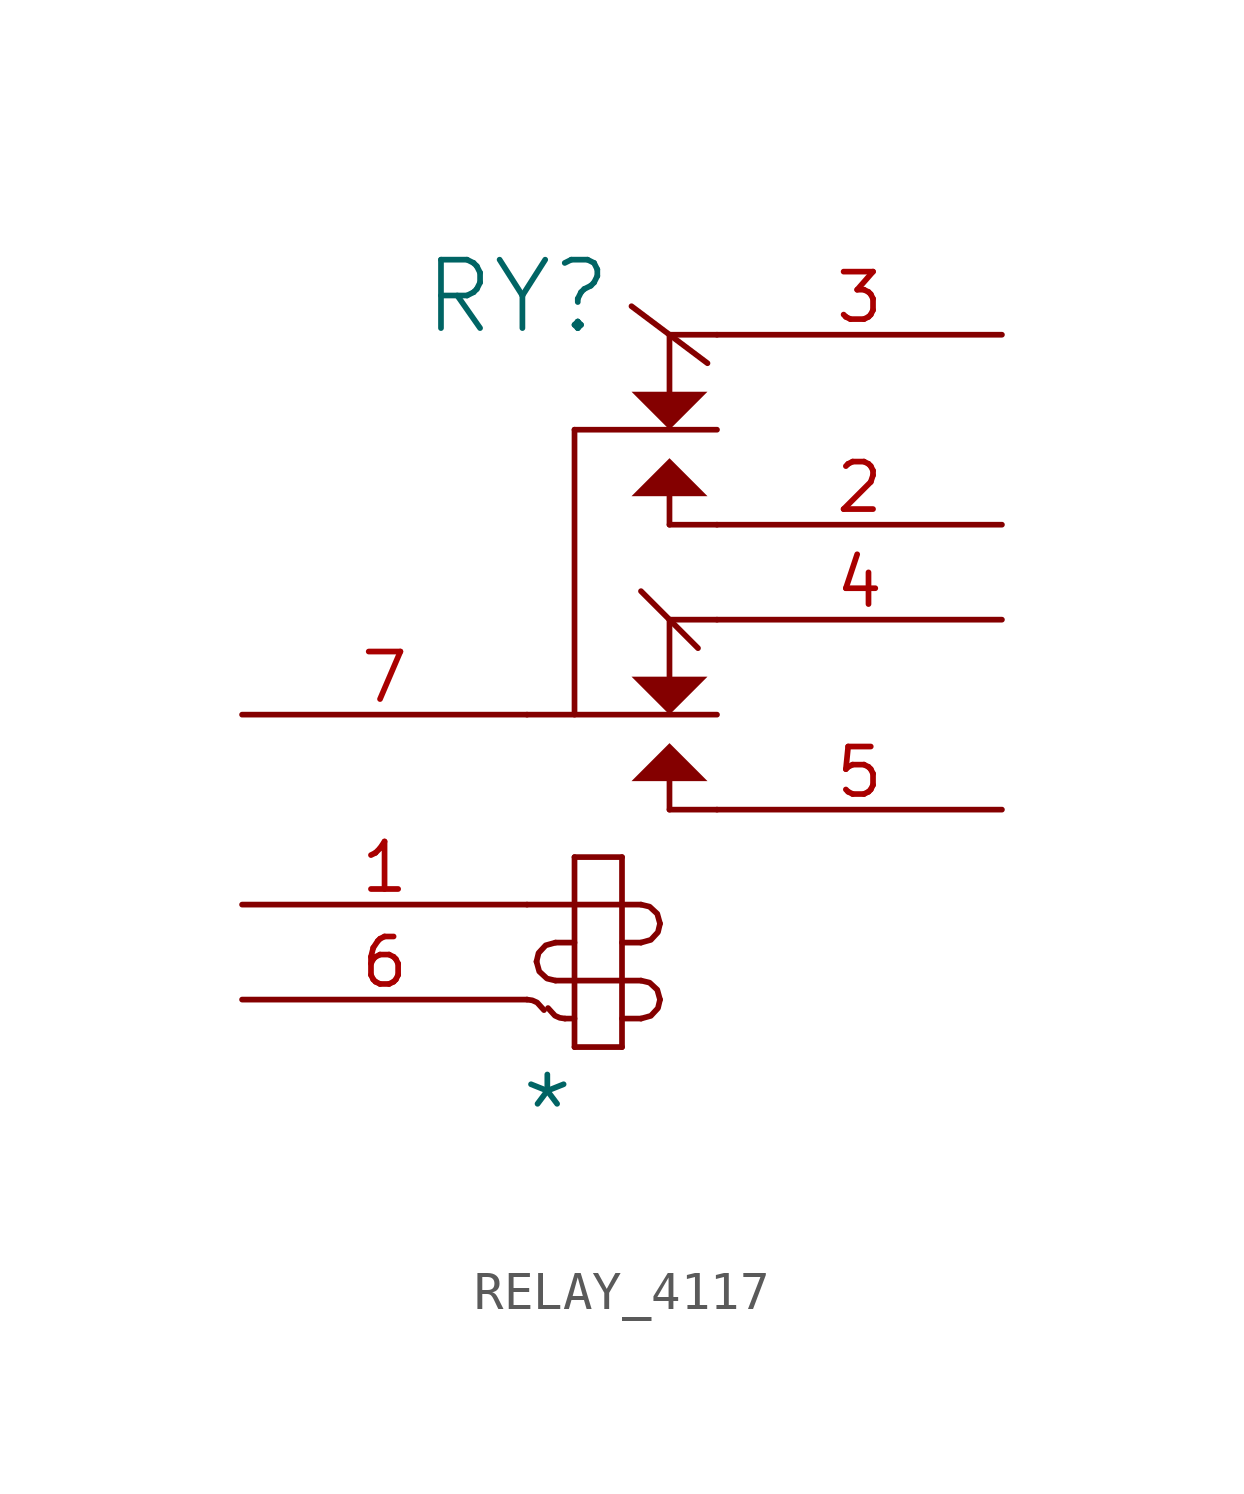
<source format=kicad_sym>
(kicad_symbol_lib
  (version 20241209)
  (generator "kicad_symbol_editor")
  (generator_version "9.0")
  (symbol "RELAY_4117"
    (pin_names
      (hide yes))
    (property "Reference" "RY"
      (at -0.254 -1.524 0)
      (effects (font (size 1.829 1.829))))
    (property "Value" "*"
      (at -0.254 -24.384 0)
      (effects (font (size 1.829 1.829)) (justify left bottom)))
    (symbol "RELAY_4117_1_0"
      (polyline (pts (xy 0 -12.7) (xy 5.08 -12.7)) (stroke (width 0) (type solid)) (fill (type none)))
      (polyline (pts (xy 0 -17.78) (xy 3.048 -17.78)) (stroke (width 0) (type solid)) (fill (type none)))
      (bezier (pts (xy 0.254 -19.304) (xy 0.254 -19.584) (xy 0.481 -19.812) (xy 0.762 -19.812)) (stroke (width 0) (type solid)) (fill (type none)))
      (bezier (pts (xy 0.454 -20.601) (xy 0.368 -20.429) (xy 0.192 -20.32) (xy 0 -20.32)) (stroke (width 0) (type solid)) (fill (type none)))
      (bezier (pts (xy 0.562 -20.547) (xy 0.648 -20.719) (xy 0.824 -20.828) (xy 1.016 -20.828)) (stroke (width 0) (type solid)) (fill (type none)))
      (bezier (pts (xy 0.762 -18.796) (xy 0.481 -18.796) (xy 0.254 -19.023) (xy 0.254 -19.304)) (stroke (width 0) (type solid)) (fill (type none)))
      (polyline (pts (xy 0.762 -19.812) (xy 3.048 -19.812)) (stroke (width 0) (type solid)) (fill (type none)))
      (polyline (pts (xy 1.016 -20.828) (xy 1.27 -20.828)) (stroke (width 0) (type solid)) (fill (type none)))
      (polyline (pts (xy 1.27 -5.08) (xy 1.27 -12.7)) (stroke (width 0) (type solid)) (fill (type none)))
      (polyline (pts (xy 1.27 -5.08) (xy 5.08 -5.08)) (stroke (width 0) (type solid)) (fill (type none)))
      (polyline (pts (xy 1.27 -16.51) (xy 1.27 -21.59)) (stroke (width 0) (type solid)) (fill (type none)))
      (polyline (pts (xy 1.27 -18.796) (xy 0.762 -18.796)) (stroke (width 0) (type solid)) (fill (type none)))
      (polyline (pts (xy 1.27 -21.59) (xy 2.54 -21.59)) (stroke (width 0) (type solid)) (fill (type none)))
      (polyline (pts (xy 2.54 -16.51) (xy 1.27 -16.51)) (stroke (width 0) (type solid)) (fill (type none)))
      (polyline (pts (xy 2.54 -21.59) (xy 2.54 -16.51)) (stroke (width 0) (type solid)) (fill (type none)))
      (polyline (pts (xy 2.794 -1.778) (xy 4.826 -3.302)) (stroke (width 0) (type solid)) (fill (type none)))
      (polyline (pts (xy 3.048 -9.398) (xy 4.572 -10.922)) (stroke (width 0) (type solid)) (fill (type none)))
      (polyline (pts (xy 3.048 -18.796) (xy 2.54 -18.796)) (stroke (width 0) (type solid)) (fill (type none)))
      (bezier (pts (xy 3.048 -18.796) (xy 3.329 -18.796) (xy 3.556 -18.569) (xy 3.556 -18.288)) (stroke (width 0) (type solid)) (fill (type none)))
      (polyline (pts (xy 3.048 -20.828) (xy 2.54 -20.828)) (stroke (width 0) (type solid)) (fill (type none)))
      (bezier (pts (xy 3.048 -20.828) (xy 3.329 -20.828) (xy 3.556 -20.601) (xy 3.556 -20.32)) (stroke (width 0) (type solid)) (fill (type none)))
      (bezier (pts (xy 3.556 -18.288) (xy 3.556 -18.007) (xy 3.329 -17.78) (xy 3.048 -17.78)) (stroke (width 0) (type solid)) (fill (type none)))
      (bezier (pts (xy 3.556 -20.32) (xy 3.556 -20.039) (xy 3.329 -19.812) (xy 3.048 -19.812)) (stroke (width 0) (type solid)) (fill (type none)))
      (polyline (pts (xy 3.81 -2.54) (xy 5.08 -2.54)) (stroke (width 0) (type solid)) (fill (type none)))
      (polyline (pts (xy 3.81 -4.064) (xy 3.81 -2.54)) (stroke (width 0) (type solid)) (fill (type none)))
      (polyline (pts (xy 3.81 -5.08) (xy 4.826 -4.064) (xy 2.794 -4.064) (xy 3.81 -5.08) (xy 3.81 -5.08)) (stroke (width -0.0001) (type solid)) (fill (type outline)))
      (polyline (pts (xy 3.81 -5.842) (xy 4.826 -6.858) (xy 2.794 -6.858) (xy 3.81 -5.842) (xy 3.81 -5.842)) (stroke (width -0.0001) (type solid)) (fill (type outline)))
      (polyline (pts (xy 3.81 -6.858) (xy 3.81 -7.62)) (stroke (width 0) (type solid)) (fill (type none)))
      (polyline (pts (xy 3.81 -7.62) (xy 5.08 -7.62)) (stroke (width 0) (type solid)) (fill (type none)))
      (polyline (pts (xy 3.81 -10.16) (xy 5.08 -10.16)) (stroke (width 0) (type solid)) (fill (type none)))
      (polyline (pts (xy 3.81 -11.684) (xy 3.81 -10.16)) (stroke (width 0) (type solid)) (fill (type none)))
      (polyline (pts (xy 3.81 -12.7) (xy 4.826 -11.684) (xy 2.794 -11.684) (xy 3.81 -12.7) (xy 3.81 -12.7)) (stroke (width -0.0001) (type solid)) (fill (type outline)))
      (polyline (pts (xy 3.81 -13.462) (xy 4.826 -14.478) (xy 2.794 -14.478) (xy 3.81 -13.462) (xy 3.81 -13.462)) (stroke (width -0.0001) (type solid)) (fill (type outline)))
      (polyline (pts (xy 3.81 -14.478) (xy 3.81 -15.24)) (stroke (width 0) (type solid)) (fill (type none)))
      (polyline (pts (xy 3.81 -15.24) (xy 5.08 -15.24)) (stroke (width 0) (type solid)) (fill (type none)))
      (pin passive line (at -7.62 -12.7 0) (length 7.62) (name "COMMON" (effects (font (size 1.27 1.27)))) (number "7" (effects (font (size 1.27 1.27)))))
      (pin passive line (at -7.62 -17.78 0) (length 7.62) (name "COIL1" (effects (font (size 1.27 1.27)))) (number "1" (effects (font (size 1.27 1.27)))))
      (pin passive line (at -7.62 -20.32 0) (length 7.62) (name "COIL2" (effects (font (size 1.27 1.27)))) (number "6" (effects (font (size 1.27 1.27)))))
      (pin passive line (at 12.7 -2.54 180) (length 7.62) (name "NC1" (effects (font (size 1.27 1.27)))) (number "3" (effects (font (size 1.27 1.27)))))
      (pin passive line (at 12.7 -7.62 180) (length 7.62) (name "NO1" (effects (font (size 1.27 1.27)))) (number "2" (effects (font (size 1.27 1.27)))))
      (pin passive line (at 12.7 -10.16 180) (length 7.62) (name "NC2" (effects (font (size 1.27 1.27)))) (number "4" (effects (font (size 1.27 1.27)))))
      (pin passive line (at 12.7 -15.24 180) (length 7.62) (name "NO2" (effects (font (size 1.27 1.27)))) (number "5" (effects (font (size 1.27 1.27))))))))
</source>
